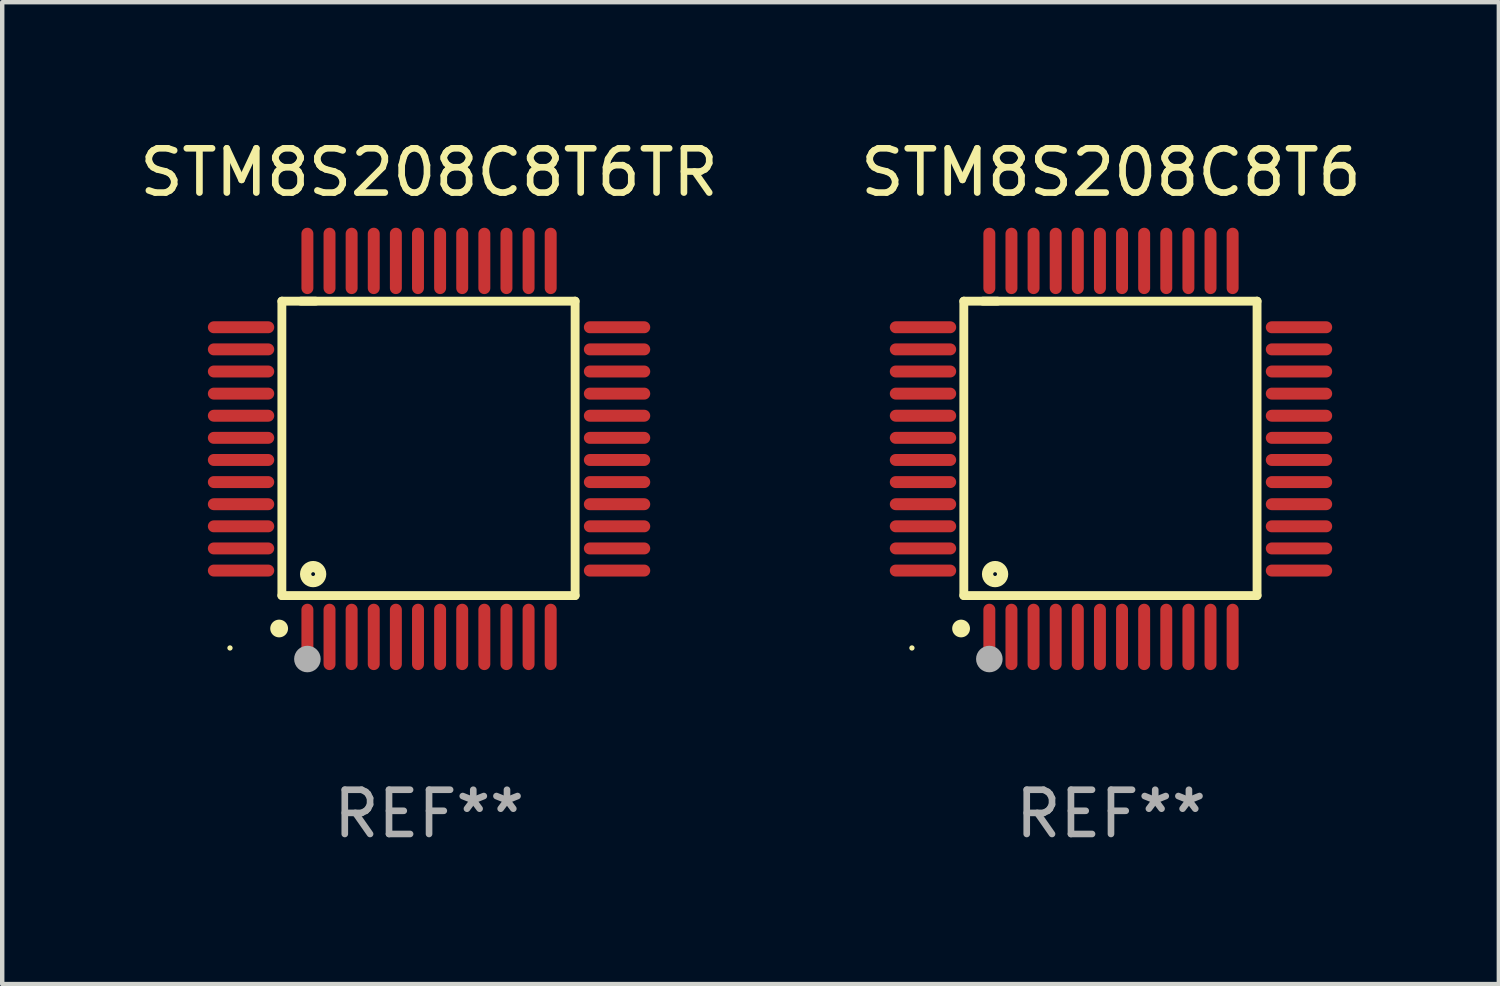
<source format=kicad_pcb>
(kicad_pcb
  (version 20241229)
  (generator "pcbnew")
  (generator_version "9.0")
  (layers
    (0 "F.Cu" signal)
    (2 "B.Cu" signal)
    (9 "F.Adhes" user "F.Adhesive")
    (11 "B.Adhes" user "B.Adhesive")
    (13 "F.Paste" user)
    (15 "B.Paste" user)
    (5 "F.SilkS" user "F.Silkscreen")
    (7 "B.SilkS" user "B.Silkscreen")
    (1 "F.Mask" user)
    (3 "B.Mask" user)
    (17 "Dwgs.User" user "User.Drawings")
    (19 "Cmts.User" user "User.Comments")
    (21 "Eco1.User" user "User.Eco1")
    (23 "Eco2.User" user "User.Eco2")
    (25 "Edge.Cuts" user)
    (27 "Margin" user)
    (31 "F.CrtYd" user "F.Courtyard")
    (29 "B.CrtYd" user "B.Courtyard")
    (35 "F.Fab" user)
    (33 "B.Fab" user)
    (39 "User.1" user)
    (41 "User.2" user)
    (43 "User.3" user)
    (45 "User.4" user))
  (footprint "STM8S208C8T6"
    (layer "F.Cu")
    (at 22.065 7.098)
    (property "Reference" "STM8S208C8T6" (at 0 -6.25 0) (layer "F.SilkS") (effects (font (size 1 1) (thickness 0.15))))
    (attr through_hole)
    (fp_line (start -3.327 -3.34) (end -2.565 -3.34) (stroke (width 0.2) (type solid)) (layer "F.SilkS"))
    (fp_line (start -3.327 3.315) (end -3.327 -3.34) (stroke (width 0.2) (type solid)) (layer "F.SilkS"))
    (fp_line (start -2.896 -3.34) (end 3.302 -3.34) (stroke (width 0.2) (type solid)) (layer "F.SilkS"))
    (fp_line (start 3.302 -3.34) (end 3.302 3.315) (stroke (width 0.2) (type solid)) (layer "F.SilkS"))
    (fp_line (start 3.302 3.315) (end -3.327 3.315) (stroke (width 0.2) (type solid)) (layer "F.SilkS"))
    (fp_arc (start -3.389992 4.059995) (mid -3.388722 4.059991) (end -3.387452 4.059995) (stroke (width 0.4) (type solid)) (layer "F.SilkS"))
    (fp_circle (center -4.5 4.5) (end -4.47 4.5) (stroke (width 0.06) (type solid)) (fill no) (layer "F.SilkS"))
    (fp_circle (center -2.62 2.83) (end -2.45 2.83) (stroke (width 0.254) (type solid)) (fill no) (layer "F.SilkS"))
    (fp_circle (center -2.75 4.75) (end -2.6 4.75) (stroke (width 0.3) (type solid)) (fill no) (layer "F.Fab"))
    (fp_text user "REF**" (at 0 8.25 0) (layer "F.Fab") (effects (font (size 1 1) (thickness 0.15))))
    (pad "1" smd oval (at -2.75 4.25) (size 0.27 1.5) (layers "F.Cu" "F.Mask" "F.Paste"))
    (pad "2" smd oval (at -2.25 4.25) (size 0.27 1.5) (layers "F.Cu" "F.Mask" "F.Paste"))
    (pad "3" smd oval (at -1.75 4.25) (size 0.27 1.5) (layers "F.Cu" "F.Mask" "F.Paste"))
    (pad "4" smd oval (at -1.25 4.25) (size 0.27 1.5) (layers "F.Cu" "F.Mask" "F.Paste"))
    (pad "5" smd oval (at -0.75 4.25) (size 0.27 1.5) (layers "F.Cu" "F.Mask" "F.Paste"))
    (pad "6" smd oval (at -0.25 4.25) (size 0.27 1.5) (layers "F.Cu" "F.Mask" "F.Paste"))
    (pad "7" smd oval (at 0.25 4.25) (size 0.27 1.5) (layers "F.Cu" "F.Mask" "F.Paste"))
    (pad "8" smd oval (at 0.75 4.25) (size 0.27 1.5) (layers "F.Cu" "F.Mask" "F.Paste"))
    (pad "9" smd oval (at 1.25 4.25) (size 0.27 1.5) (layers "F.Cu" "F.Mask" "F.Paste"))
    (pad "10" smd oval (at 1.75 4.25) (size 0.27 1.5) (layers "F.Cu" "F.Mask" "F.Paste"))
    (pad "11" smd oval (at 2.25 4.25) (size 0.27 1.5) (layers "F.Cu" "F.Mask" "F.Paste"))
    (pad "12" smd oval (at 2.75 4.25) (size 0.27 1.5) (layers "F.Cu" "F.Mask" "F.Paste"))
    (pad "13" smd oval (at 4.25 2.75) (size 1.5 0.27) (layers "F.Cu" "F.Mask" "F.Paste"))
    (pad "14" smd oval (at 4.25 2.25) (size 1.5 0.27) (layers "F.Cu" "F.Mask" "F.Paste"))
    (pad "15" smd oval (at 4.25 1.75) (size 1.5 0.27) (layers "F.Cu" "F.Mask" "F.Paste"))
    (pad "16" smd oval (at 4.25 1.25) (size 1.5 0.27) (layers "F.Cu" "F.Mask" "F.Paste"))
    (pad "17" smd oval (at 4.25 0.75) (size 1.5 0.27) (layers "F.Cu" "F.Mask" "F.Paste"))
    (pad "18" smd oval (at 4.25 0.25) (size 1.5 0.27) (layers "F.Cu" "F.Mask" "F.Paste"))
    (pad "19" smd oval (at 4.25 -0.25) (size 1.5 0.27) (layers "F.Cu" "F.Mask" "F.Paste"))
    (pad "20" smd oval (at 4.25 -0.75) (size 1.5 0.27) (layers "F.Cu" "F.Mask" "F.Paste"))
    (pad "21" smd oval (at 4.25 -1.25) (size 1.5 0.27) (layers "F.Cu" "F.Mask" "F.Paste"))
    (pad "22" smd oval (at 4.25 -1.75) (size 1.5 0.27) (layers "F.Cu" "F.Mask" "F.Paste"))
    (pad "23" smd oval (at 4.25 -2.25) (size 1.5 0.27) (layers "F.Cu" "F.Mask" "F.Paste"))
    (pad "24" smd oval (at 4.25 -2.75) (size 1.5 0.27) (layers "F.Cu" "F.Mask" "F.Paste"))
    (pad "25" smd oval (at 2.75 -4.25) (size 0.27 1.5) (layers "F.Cu" "F.Mask" "F.Paste"))
    (pad "26" smd oval (at 2.25 -4.25) (size 0.27 1.5) (layers "F.Cu" "F.Mask" "F.Paste"))
    (pad "27" smd oval (at 1.75 -4.25) (size 0.27 1.5) (layers "F.Cu" "F.Mask" "F.Paste"))
    (pad "28" smd oval (at 1.25 -4.25) (size 0.27 1.5) (layers "F.Cu" "F.Mask" "F.Paste"))
    (pad "29" smd oval (at 0.75 -4.25) (size 0.27 1.5) (layers "F.Cu" "F.Mask" "F.Paste"))
    (pad "30" smd oval (at 0.25 -4.25) (size 0.27 1.5) (layers "F.Cu" "F.Mask" "F.Paste"))
    (pad "31" smd oval (at -0.25 -4.25) (size 0.27 1.5) (layers "F.Cu" "F.Mask" "F.Paste"))
    (pad "32" smd oval (at -0.75 -4.25) (size 0.27 1.5) (layers "F.Cu" "F.Mask" "F.Paste"))
    (pad "33" smd oval (at -1.25 -4.25) (size 0.27 1.5) (layers "F.Cu" "F.Mask" "F.Paste"))
    (pad "34" smd oval (at -1.75 -4.25) (size 0.27 1.5) (layers "F.Cu" "F.Mask" "F.Paste"))
    (pad "35" smd oval (at -2.25 -4.25) (size 0.27 1.5) (layers "F.Cu" "F.Mask" "F.Paste"))
    (pad "36" smd oval (at -2.75 -4.25) (size 0.27 1.5) (layers "F.Cu" "F.Mask" "F.Paste"))
    (pad "37" smd oval (at -4.25 -2.75) (size 1.5 0.27) (layers "F.Cu" "F.Mask" "F.Paste"))
    (pad "38" smd oval (at -4.25 -2.25) (size 1.5 0.27) (layers "F.Cu" "F.Mask" "F.Paste"))
    (pad "39" smd oval (at -4.25 -1.75) (size 1.5 0.27) (layers "F.Cu" "F.Mask" "F.Paste"))
    (pad "40" smd oval (at -4.25 -1.25) (size 1.5 0.27) (layers "F.Cu" "F.Mask" "F.Paste"))
    (pad "41" smd oval (at -4.25 -0.75) (size 1.5 0.27) (layers "F.Cu" "F.Mask" "F.Paste"))
    (pad "42" smd oval (at -4.25 -0.25) (size 1.5 0.27) (layers "F.Cu" "F.Mask" "F.Paste"))
    (pad "43" smd oval (at -4.25 0.25) (size 1.5 0.27) (layers "F.Cu" "F.Mask" "F.Paste"))
    (pad "44" smd oval (at -4.25 0.75) (size 1.5 0.27) (layers "F.Cu" "F.Mask" "F.Paste"))
    (pad "45" smd oval (at -4.25 1.25) (size 1.5 0.27) (layers "F.Cu" "F.Mask" "F.Paste"))
    (pad "46" smd oval (at -4.25 1.75) (size 1.5 0.27) (layers "F.Cu" "F.Mask" "F.Paste"))
    (pad "47" smd oval (at -4.25 2.25) (size 1.5 0.27) (layers "F.Cu" "F.Mask" "F.Paste"))
    (pad "48" smd oval (at -4.25 2.75) (size 1.5 0.27) (layers "F.Cu" "F.Mask" "F.Paste")))
  (footprint "STM8S208C8T6TR"
    (layer "F.Cu")
    (at 6.649 7.098)
    (property "Reference" "STM8S208C8T6TR" (at 0 -6.25 0) (layer "F.SilkS") (effects (font (size 1 1) (thickness 0.15))))
    (attr through_hole)
    (fp_line (start -3.327 -3.34) (end -2.565 -3.34) (stroke (width 0.2) (type solid)) (layer "F.SilkS"))
    (fp_line (start -3.327 3.315) (end -3.327 -3.34) (stroke (width 0.2) (type solid)) (layer "F.SilkS"))
    (fp_line (start -2.896 -3.34) (end 3.302 -3.34) (stroke (width 0.2) (type solid)) (layer "F.SilkS"))
    (fp_line (start 3.302 -3.34) (end 3.302 3.315) (stroke (width 0.2) (type solid)) (layer "F.SilkS"))
    (fp_line (start 3.302 3.315) (end -3.327 3.315) (stroke (width 0.2) (type solid)) (layer "F.SilkS"))
    (fp_arc (start -3.389992 4.059995) (mid -3.388722 4.059991) (end -3.387452 4.059995) (stroke (width 0.4) (type solid)) (layer "F.SilkS"))
    (fp_circle (center -4.5 4.5) (end -4.47 4.5) (stroke (width 0.06) (type solid)) (fill no) (layer "F.SilkS"))
    (fp_circle (center -2.62 2.83) (end -2.45 2.83) (stroke (width 0.254) (type solid)) (fill no) (layer "F.SilkS"))
    (fp_circle (center -2.75 4.75) (end -2.6 4.75) (stroke (width 0.3) (type solid)) (fill no) (layer "F.Fab"))
    (fp_text user "REF**" (at 0 8.25 0) (layer "F.Fab") (effects (font (size 1 1) (thickness 0.15))))
    (pad "1" smd oval (at -2.75 4.25) (size 0.27 1.5) (layers "F.Cu" "F.Mask" "F.Paste"))
    (pad "2" smd oval (at -2.25 4.25) (size 0.27 1.5) (layers "F.Cu" "F.Mask" "F.Paste"))
    (pad "3" smd oval (at -1.75 4.25) (size 0.27 1.5) (layers "F.Cu" "F.Mask" "F.Paste"))
    (pad "4" smd oval (at -1.25 4.25) (size 0.27 1.5) (layers "F.Cu" "F.Mask" "F.Paste"))
    (pad "5" smd oval (at -0.75 4.25) (size 0.27 1.5) (layers "F.Cu" "F.Mask" "F.Paste"))
    (pad "6" smd oval (at -0.25 4.25) (size 0.27 1.5) (layers "F.Cu" "F.Mask" "F.Paste"))
    (pad "7" smd oval (at 0.25 4.25) (size 0.27 1.5) (layers "F.Cu" "F.Mask" "F.Paste"))
    (pad "8" smd oval (at 0.75 4.25) (size 0.27 1.5) (layers "F.Cu" "F.Mask" "F.Paste"))
    (pad "9" smd oval (at 1.25 4.25) (size 0.27 1.5) (layers "F.Cu" "F.Mask" "F.Paste"))
    (pad "10" smd oval (at 1.75 4.25) (size 0.27 1.5) (layers "F.Cu" "F.Mask" "F.Paste"))
    (pad "11" smd oval (at 2.25 4.25) (size 0.27 1.5) (layers "F.Cu" "F.Mask" "F.Paste"))
    (pad "12" smd oval (at 2.75 4.25) (size 0.27 1.5) (layers "F.Cu" "F.Mask" "F.Paste"))
    (pad "13" smd oval (at 4.25 2.75) (size 1.5 0.27) (layers "F.Cu" "F.Mask" "F.Paste"))
    (pad "14" smd oval (at 4.25 2.25) (size 1.5 0.27) (layers "F.Cu" "F.Mask" "F.Paste"))
    (pad "15" smd oval (at 4.25 1.75) (size 1.5 0.27) (layers "F.Cu" "F.Mask" "F.Paste"))
    (pad "16" smd oval (at 4.25 1.25) (size 1.5 0.27) (layers "F.Cu" "F.Mask" "F.Paste"))
    (pad "17" smd oval (at 4.25 0.75) (size 1.5 0.27) (layers "F.Cu" "F.Mask" "F.Paste"))
    (pad "18" smd oval (at 4.25 0.25) (size 1.5 0.27) (layers "F.Cu" "F.Mask" "F.Paste"))
    (pad "19" smd oval (at 4.25 -0.25) (size 1.5 0.27) (layers "F.Cu" "F.Mask" "F.Paste"))
    (pad "20" smd oval (at 4.25 -0.75) (size 1.5 0.27) (layers "F.Cu" "F.Mask" "F.Paste"))
    (pad "21" smd oval (at 4.25 -1.25) (size 1.5 0.27) (layers "F.Cu" "F.Mask" "F.Paste"))
    (pad "22" smd oval (at 4.25 -1.75) (size 1.5 0.27) (layers "F.Cu" "F.Mask" "F.Paste"))
    (pad "23" smd oval (at 4.25 -2.25) (size 1.5 0.27) (layers "F.Cu" "F.Mask" "F.Paste"))
    (pad "24" smd oval (at 4.25 -2.75) (size 1.5 0.27) (layers "F.Cu" "F.Mask" "F.Paste"))
    (pad "25" smd oval (at 2.75 -4.25) (size 0.27 1.5) (layers "F.Cu" "F.Mask" "F.Paste"))
    (pad "26" smd oval (at 2.25 -4.25) (size 0.27 1.5) (layers "F.Cu" "F.Mask" "F.Paste"))
    (pad "27" smd oval (at 1.75 -4.25) (size 0.27 1.5) (layers "F.Cu" "F.Mask" "F.Paste"))
    (pad "28" smd oval (at 1.25 -4.25) (size 0.27 1.5) (layers "F.Cu" "F.Mask" "F.Paste"))
    (pad "29" smd oval (at 0.75 -4.25) (size 0.27 1.5) (layers "F.Cu" "F.Mask" "F.Paste"))
    (pad "30" smd oval (at 0.25 -4.25) (size 0.27 1.5) (layers "F.Cu" "F.Mask" "F.Paste"))
    (pad "31" smd oval (at -0.25 -4.25) (size 0.27 1.5) (layers "F.Cu" "F.Mask" "F.Paste"))
    (pad "32" smd oval (at -0.75 -4.25) (size 0.27 1.5) (layers "F.Cu" "F.Mask" "F.Paste"))
    (pad "33" smd oval (at -1.25 -4.25) (size 0.27 1.5) (layers "F.Cu" "F.Mask" "F.Paste"))
    (pad "34" smd oval (at -1.75 -4.25) (size 0.27 1.5) (layers "F.Cu" "F.Mask" "F.Paste"))
    (pad "35" smd oval (at -2.25 -4.25) (size 0.27 1.5) (layers "F.Cu" "F.Mask" "F.Paste"))
    (pad "36" smd oval (at -2.75 -4.25) (size 0.27 1.5) (layers "F.Cu" "F.Mask" "F.Paste"))
    (pad "37" smd oval (at -4.25 -2.75) (size 1.5 0.27) (layers "F.Cu" "F.Mask" "F.Paste"))
    (pad "38" smd oval (at -4.25 -2.25) (size 1.5 0.27) (layers "F.Cu" "F.Mask" "F.Paste"))
    (pad "39" smd oval (at -4.25 -1.75) (size 1.5 0.27) (layers "F.Cu" "F.Mask" "F.Paste"))
    (pad "40" smd oval (at -4.25 -1.25) (size 1.5 0.27) (layers "F.Cu" "F.Mask" "F.Paste"))
    (pad "41" smd oval (at -4.25 -0.75) (size 1.5 0.27) (layers "F.Cu" "F.Mask" "F.Paste"))
    (pad "42" smd oval (at -4.25 -0.25) (size 1.5 0.27) (layers "F.Cu" "F.Mask" "F.Paste"))
    (pad "43" smd oval (at -4.25 0.25) (size 1.5 0.27) (layers "F.Cu" "F.Mask" "F.Paste"))
    (pad "44" smd oval (at -4.25 0.75) (size 1.5 0.27) (layers "F.Cu" "F.Mask" "F.Paste"))
    (pad "45" smd oval (at -4.25 1.25) (size 1.5 0.27) (layers "F.Cu" "F.Mask" "F.Paste"))
    (pad "46" smd oval (at -4.25 1.75) (size 1.5 0.27) (layers "F.Cu" "F.Mask" "F.Paste"))
    (pad "47" smd oval (at -4.25 2.25) (size 1.5 0.27) (layers "F.Cu" "F.Mask" "F.Paste"))
    (pad "48" smd oval (at -4.25 2.75) (size 1.5 0.27) (layers "F.Cu" "F.Mask" "F.Paste")))
  (gr_rect
    (start -3 -3)
    (end 30.833 19.196)
    (stroke (width 0.1) (type default))
    (fill no)
    (layer "Edge.Cuts")))
</source>
